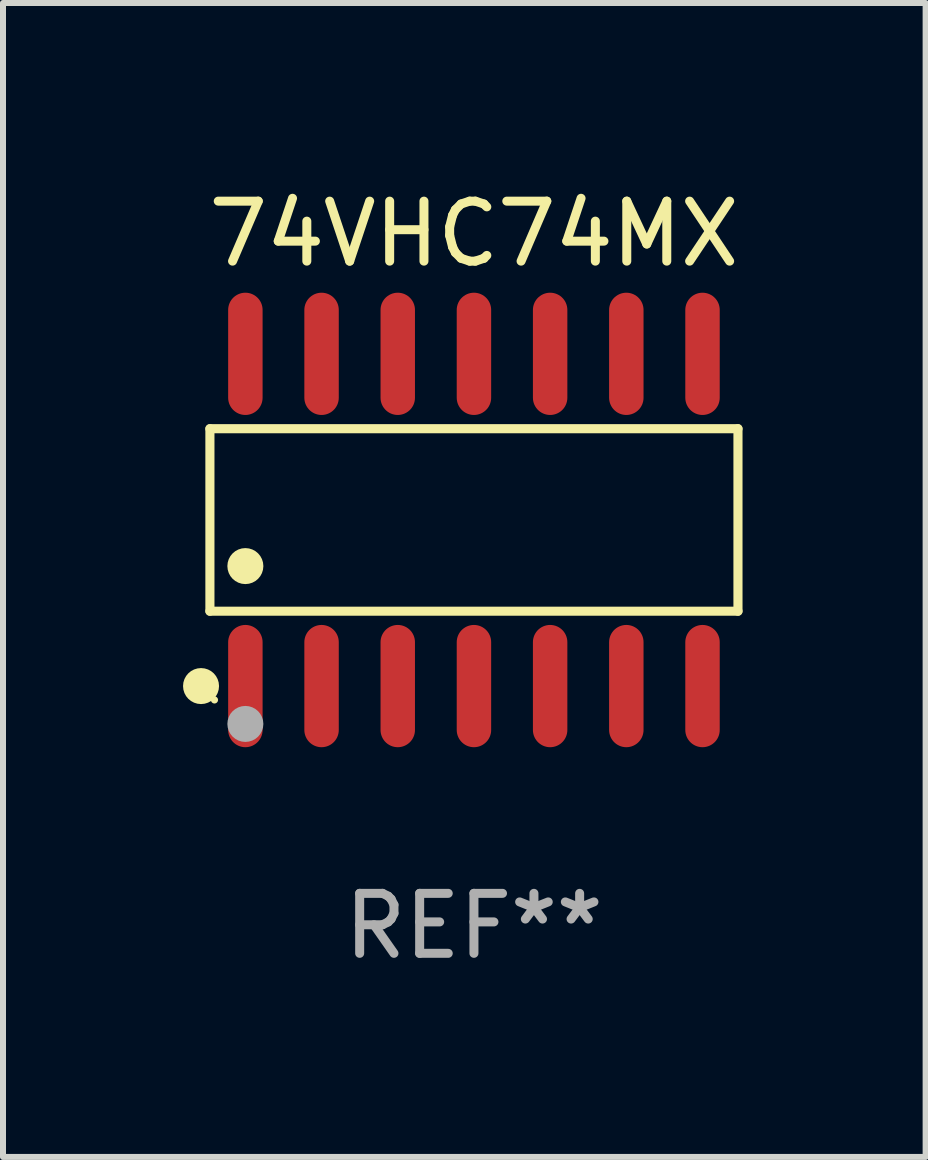
<source format=kicad_pcb>
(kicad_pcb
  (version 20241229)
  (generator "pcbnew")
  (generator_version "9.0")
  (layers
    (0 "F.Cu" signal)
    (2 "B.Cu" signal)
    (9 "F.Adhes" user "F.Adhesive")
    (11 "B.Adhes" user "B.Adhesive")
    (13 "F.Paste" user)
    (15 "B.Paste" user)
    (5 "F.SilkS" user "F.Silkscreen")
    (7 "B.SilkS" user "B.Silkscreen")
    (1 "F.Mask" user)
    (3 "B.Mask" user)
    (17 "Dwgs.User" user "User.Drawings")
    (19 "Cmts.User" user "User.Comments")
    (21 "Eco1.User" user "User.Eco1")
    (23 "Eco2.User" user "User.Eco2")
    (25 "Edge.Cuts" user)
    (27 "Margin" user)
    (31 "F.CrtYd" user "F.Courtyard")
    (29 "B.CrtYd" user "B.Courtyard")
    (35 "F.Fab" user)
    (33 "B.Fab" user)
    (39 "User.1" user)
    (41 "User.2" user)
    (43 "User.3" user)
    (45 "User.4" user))
  (footprint "74VHC74MX"
    (layer "F.Cu")
    (at 4.85 5.617)
    (property "Reference" "74VHC74MX" (at 0 -4.769 0) (layer "F.SilkS") (effects (font (size 1 1) (thickness 0.15))))
    (attr through_hole)
    (fp_line (start -4.401 -1.521) (end 4.401 -1.521) (stroke (width 0.152) (type solid)) (layer "F.SilkS"))
    (fp_line (start -4.401 1.521) (end -4.401 -1.521) (stroke (width 0.152) (type solid)) (layer "F.SilkS"))
    (fp_line (start 4.401 -1.521) (end 4.401 1.521) (stroke (width 0.152) (type solid)) (layer "F.SilkS"))
    (fp_line (start 4.401 1.521) (end -4.401 1.521) (stroke (width 0.152) (type solid)) (layer "F.SilkS"))
    (fp_circle (center -4.549 2.769) (end -4.399 2.769) (stroke (width 0.3) (type solid)) (fill no) (layer "F.SilkS"))
    (fp_circle (center -4.325 3) (end -4.295 3) (stroke (width 0.06) (type solid)) (fill no) (layer "F.SilkS"))
    (fp_circle (center -3.81 0.769) (end -3.66 0.769) (stroke (width 0.3) (type solid)) (fill no) (layer "F.SilkS"))
    (fp_circle (center -3.81 3.4) (end -3.66 3.4) (stroke (width 0.3) (type solid)) (fill no) (layer "F.Fab"))
    (fp_text user "REF**" (at 0 6.769 0) (layer "F.Fab") (effects (font (size 1 1) (thickness 0.15))))
    (pad "1" smd oval (at -3.81 2.769) (size 0.574 2.038) (layers "F.Cu" "F.Mask" "F.Paste"))
    (pad "2" smd oval (at -2.54 2.769) (size 0.574 2.038) (layers "F.Cu" "F.Mask" "F.Paste"))
    (pad "3" smd oval (at -1.27 2.769) (size 0.574 2.038) (layers "F.Cu" "F.Mask" "F.Paste"))
    (pad "4" smd oval (at 0 2.769) (size 0.574 2.038) (layers "F.Cu" "F.Mask" "F.Paste"))
    (pad "5" smd oval (at 1.27 2.769) (size 0.574 2.038) (layers "F.Cu" "F.Mask" "F.Paste"))
    (pad "6" smd oval (at 2.54 2.769) (size 0.574 2.038) (layers "F.Cu" "F.Mask" "F.Paste"))
    (pad "7" smd oval (at 3.81 2.769) (size 0.574 2.038) (layers "F.Cu" "F.Mask" "F.Paste"))
    (pad "8" smd oval (at 3.81 -2.769) (size 0.574 2.038) (layers "F.Cu" "F.Mask" "F.Paste"))
    (pad "9" smd oval (at 2.54 -2.769) (size 0.574 2.038) (layers "F.Cu" "F.Mask" "F.Paste"))
    (pad "10" smd oval (at 1.27 -2.769) (size 0.574 2.038) (layers "F.Cu" "F.Mask" "F.Paste"))
    (pad "11" smd oval (at 0 -2.769) (size 0.574 2.038) (layers "F.Cu" "F.Mask" "F.Paste"))
    (pad "12" smd oval (at -1.27 -2.769) (size 0.574 2.038) (layers "F.Cu" "F.Mask" "F.Paste"))
    (pad "13" smd oval (at -2.54 -2.769) (size 0.574 2.038) (layers "F.Cu" "F.Mask" "F.Paste"))
    (pad "14" smd oval (at -3.81 -2.769) (size 0.574 2.038) (layers "F.Cu" "F.Mask" "F.Paste")))
  (gr_rect
    (start -3 -3)
    (end 12.379 16.235)
    (stroke (width 0.1) (type default))
    (fill no)
    (layer "Edge.Cuts")))
</source>
